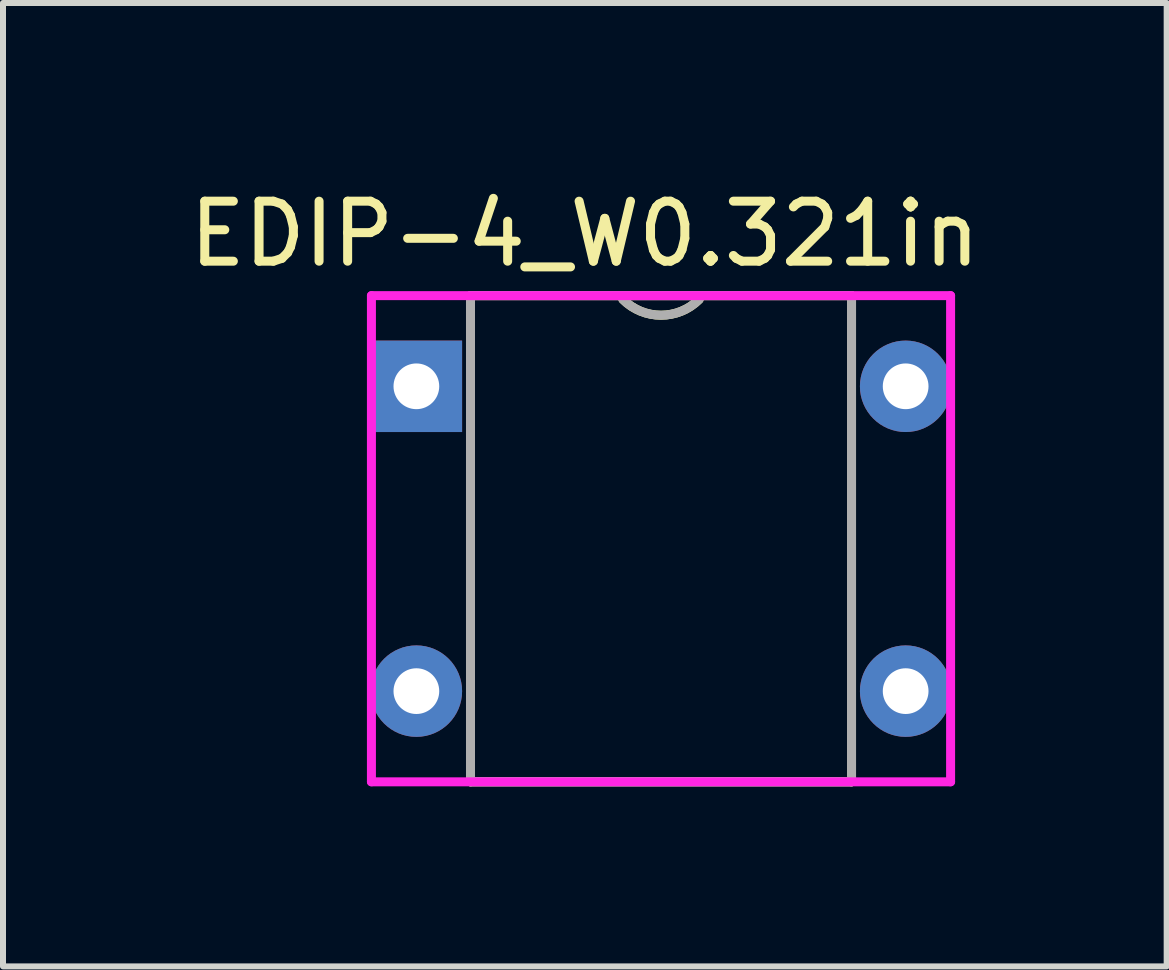
<source format=kicad_pcb>
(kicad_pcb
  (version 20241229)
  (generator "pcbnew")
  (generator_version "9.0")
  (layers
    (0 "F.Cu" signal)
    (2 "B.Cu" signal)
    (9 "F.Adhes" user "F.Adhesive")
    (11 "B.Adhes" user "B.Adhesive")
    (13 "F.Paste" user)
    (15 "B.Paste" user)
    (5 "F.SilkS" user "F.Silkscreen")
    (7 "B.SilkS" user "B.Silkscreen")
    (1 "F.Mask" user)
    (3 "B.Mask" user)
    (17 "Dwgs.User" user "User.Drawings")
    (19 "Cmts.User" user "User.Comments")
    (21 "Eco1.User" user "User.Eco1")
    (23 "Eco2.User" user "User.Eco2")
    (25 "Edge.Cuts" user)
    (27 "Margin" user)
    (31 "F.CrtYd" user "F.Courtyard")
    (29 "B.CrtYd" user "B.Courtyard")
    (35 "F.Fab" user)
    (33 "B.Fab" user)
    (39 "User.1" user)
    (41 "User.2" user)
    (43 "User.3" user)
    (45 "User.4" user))
  (footprint "EDIP-4_W0.321in"
    (layer "F.Cu")
    (at 7.966 5.928)
    (property "Reference" "EDIP-4_W0.321in" (at -1.27 -5.08 0) (layer "F.SilkS") (effects (font (size 1 1) (thickness 0.15))))
    (attr through_hole)
    (fp_line (start -3.175 -4.051) (end -3.175 4.051) (stroke (width 0.15) (type solid)) (layer "F.SilkS"))
    (fp_line (start -3.175 -4.051) (end 3.175 -4.051) (stroke (width 0.15) (type solid)) (layer "F.SilkS"))
    (fp_line (start -3.175 4.051) (end 3.175 4.051) (stroke (width 0.15) (type solid)) (layer "F.SilkS"))
    (fp_line (start 3.175 -4.051) (end 3.175 4.051) (stroke (width 0.15) (type solid)) (layer "F.SilkS"))
    (fp_arc (start 0.635 -3.9878) (mid 0 -3.724774) (end -0.635 -3.9878) (stroke (width 0.15) (type solid)) (layer "F.SilkS"))
    (fp_line (start -4.826 -4.051) (end -4.826 4.051) (stroke (width 0.15) (type solid)) (layer "F.CrtYd"))
    (fp_line (start -4.826 -4.051) (end 4.826 -4.051) (stroke (width 0.15) (type solid)) (layer "F.CrtYd"))
    (fp_line (start -4.826 4.051) (end 4.826 4.051) (stroke (width 0.15) (type solid)) (layer "F.CrtYd"))
    (fp_line (start 4.826 -4.051) (end 4.826 4.051) (stroke (width 0.15) (type solid)) (layer "F.CrtYd"))
    (fp_line (start -3.175 -4.051) (end -3.175 4.051) (stroke (width 0.15) (type solid)) (layer "F.Fab"))
    (fp_line (start -3.175 -4.051) (end 3.175 -4.051) (stroke (width 0.15) (type solid)) (layer "F.Fab"))
    (fp_line (start -3.175 4.051) (end 3.175 4.051) (stroke (width 0.15) (type solid)) (layer "F.Fab"))
    (fp_line (start 3.175 -4.051) (end 3.175 4.051) (stroke (width 0.15) (type solid)) (layer "F.Fab"))
    (fp_arc (start 0.635 -3.9878) (mid 0 -3.724774) (end -0.635 -3.9878) (stroke (width 0.15) (type solid)) (layer "F.Fab"))
    (pad "1" thru_hole rect (at -4.077 -2.54) (size 1.524 1.524) (drill 0.762) (layers "*.Cu" "*.Mask"))
    (pad "2" thru_hole circle (at -4.077 2.54) (size 1.524 1.524) (drill 0.762) (layers "*.Cu" "*.Mask"))
    (pad "3" thru_hole circle (at 4.077 2.54) (size 1.524 1.524) (drill 0.762) (layers "*.Cu" "*.Mask"))
    (pad "4" thru_hole circle (at 4.077 -2.54) (size 1.524 1.524) (drill 0.762) (layers "*.Cu" "*.Mask")))
  (gr_rect
    (start -3 -3)
    (end 16.393 13.055)
    (stroke (width 0.1) (type default))
    (fill no)
    (layer "Edge.Cuts")))
</source>
